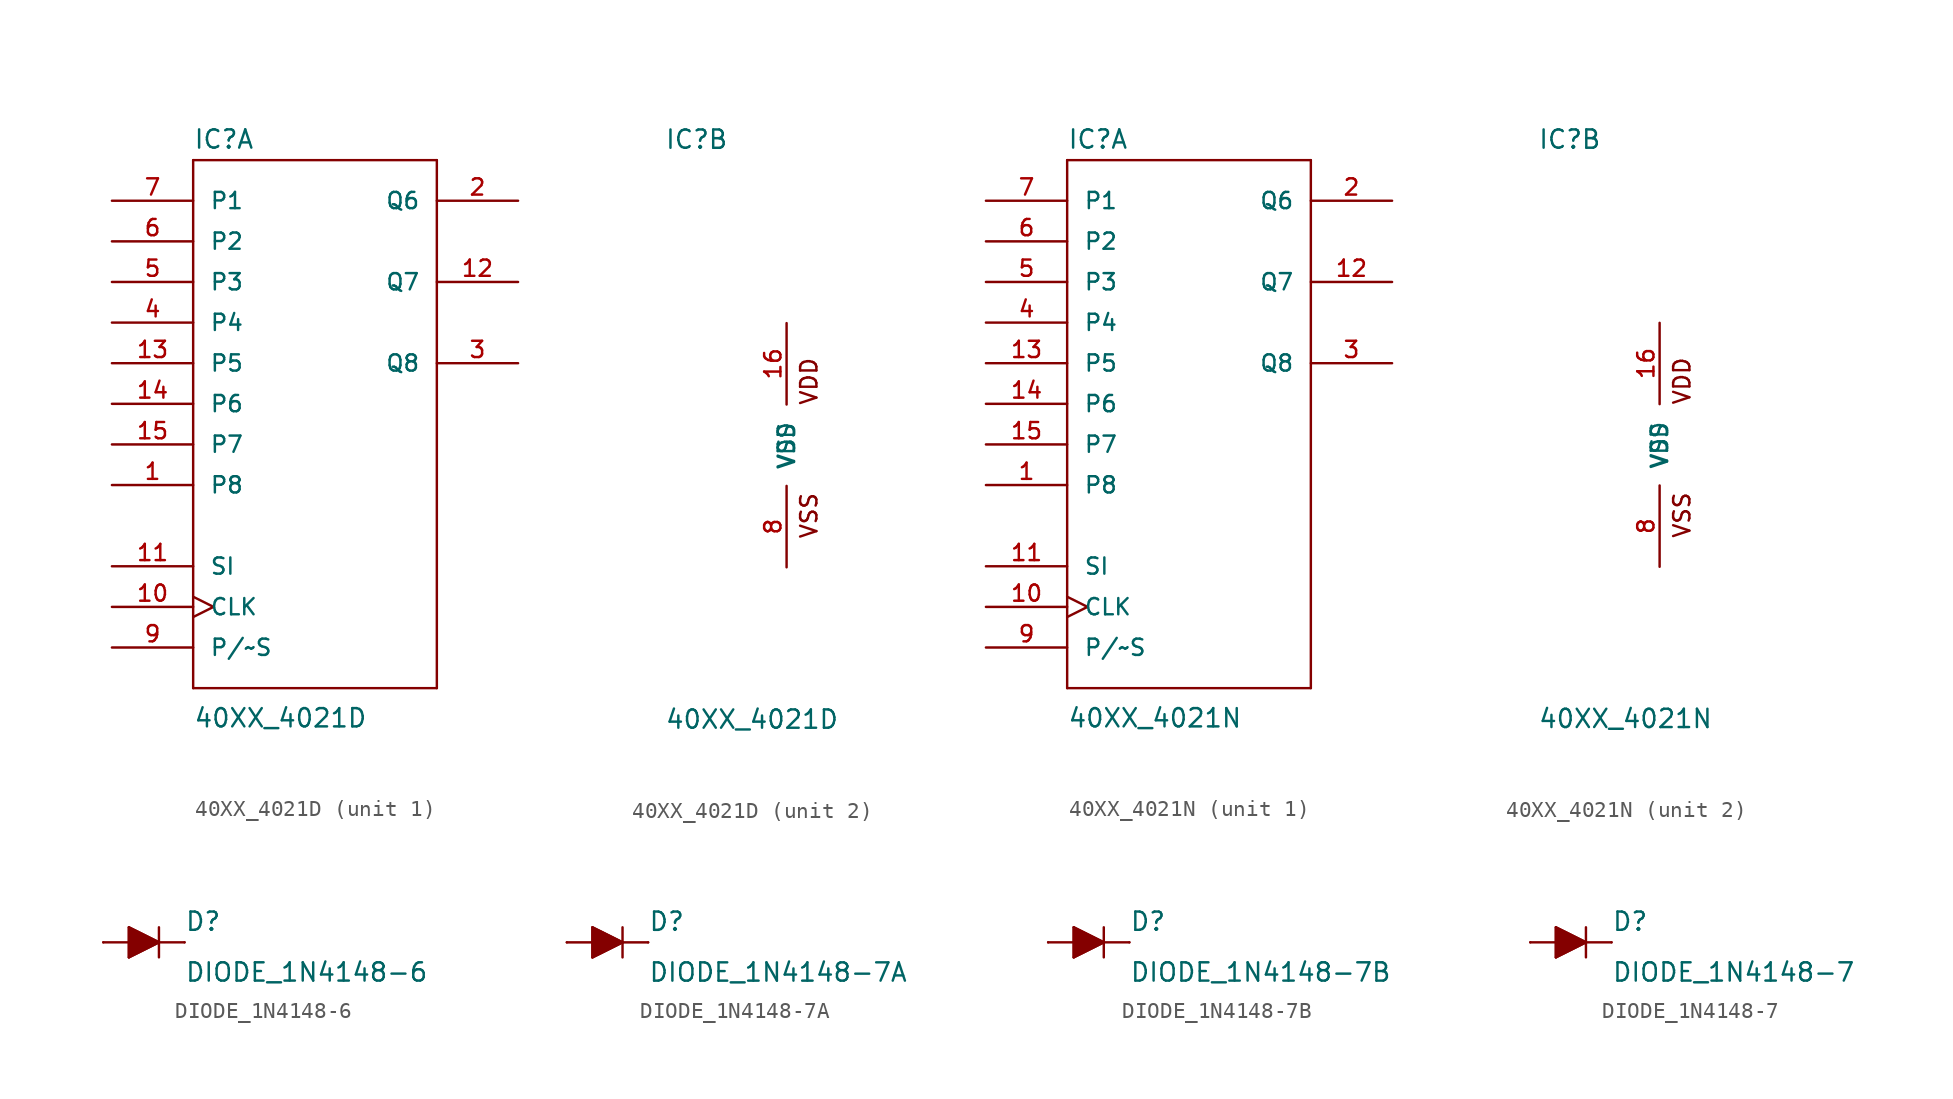
<source format=kicad_sym>
(kicad_symbol_lib
  (version 20210619)
  (generator kicad_symbol_editor)
  (symbol "40XX_4021D"
    (pin_names
      (offset 1.016))
    (property "Reference" "IC"
      (at -7.62 18.415 0)
      (effects (font (size 1.143 1.143)) (justify left bottom)))
    (property "Value" "40XX_4021D"
      (at -7.62 -17.78 0)
      (effects (font (size 1.143 1.143)) (justify left bottom)))
    (property "ki_locked" ""
      (at 0 0 0)
      (effects (font (size 1.27 1.27))))
    (symbol "40XX_4021D_1_0"
      (polyline (pts (xy -7.62 -15.24) (xy 7.62 -15.24)) (stroke (width 0)) (fill (type none)))
      (polyline (pts (xy -7.62 17.78) (xy -7.62 -15.24)) (stroke (width 0)) (fill (type none)))
      (polyline (pts (xy 7.62 -15.24) (xy 7.62 17.78)) (stroke (width 0)) (fill (type none)))
      (polyline (pts (xy 7.62 17.78) (xy -7.62 17.78)) (stroke (width 0)) (fill (type none))))
    (symbol "40XX_4021D_1_1"
      (pin input line (at -12.7 -2.54 0) (length 5.08) (name "P8" (effects (font (size 1.016 1.016)))) (number "1" (effects (font (size 1.016 1.016)))))
      (pin input clock (at -12.7 -10.16 0) (length 5.08) (name "CLK" (effects (font (size 1.016 1.016)))) (number "10" (effects (font (size 1.016 1.016)))))
      (pin input line (at -12.7 -7.62 0) (length 5.08) (name "SI" (effects (font (size 1.016 1.016)))) (number "11" (effects (font (size 1.016 1.016)))))
      (pin output line (at 12.7 10.16 180) (length 5.08) (name "Q7" (effects (font (size 1.016 1.016)))) (number "12" (effects (font (size 1.016 1.016)))))
      (pin input line (at -12.7 5.08 0) (length 5.08) (name "P5" (effects (font (size 1.016 1.016)))) (number "13" (effects (font (size 1.016 1.016)))))
      (pin input line (at -12.7 2.54 0) (length 5.08) (name "P6" (effects (font (size 1.016 1.016)))) (number "14" (effects (font (size 1.016 1.016)))))
      (pin input line (at -12.7 0 0) (length 5.08) (name "P7" (effects (font (size 1.016 1.016)))) (number "15" (effects (font (size 1.016 1.016)))))
      (pin output line (at 12.7 15.24 180) (length 5.08) (name "Q6" (effects (font (size 1.016 1.016)))) (number "2" (effects (font (size 1.016 1.016)))))
      (pin output line (at 12.7 5.08 180) (length 5.08) (name "Q8" (effects (font (size 1.016 1.016)))) (number "3" (effects (font (size 1.016 1.016)))))
      (pin input line (at -12.7 7.62 0) (length 5.08) (name "P4" (effects (font (size 1.016 1.016)))) (number "4" (effects (font (size 1.016 1.016)))))
      (pin input line (at -12.7 10.16 0) (length 5.08) (name "P3" (effects (font (size 1.016 1.016)))) (number "5" (effects (font (size 1.016 1.016)))))
      (pin input line (at -12.7 12.7 0) (length 5.08) (name "P2" (effects (font (size 1.016 1.016)))) (number "6" (effects (font (size 1.016 1.016)))))
      (pin input line (at -12.7 15.24 0) (length 5.08) (name "P1" (effects (font (size 1.016 1.016)))) (number "7" (effects (font (size 1.016 1.016)))))
      (pin input line (at -12.7 -12.7 0) (length 5.08) (name "P/~S" (effects (font (size 1.016 1.016)))) (number "9" (effects (font (size 1.016 1.016))))))
    (symbol "40XX_4021D_2_0"
      (text "VDD" (at 1.397 3.988 900) (effects (font (size 1.016 1.016))))
      (text "VSS" (at 1.397 -4.394 900) (effects (font (size 1.016 1.016)))))
    (symbol "40XX_4021D_2_1"
      (pin power_in line (at 0 7.62 270) (length 5.08) (name "VDD" (effects (font (size 1.016 1.016)))) (number "16" (effects (font (size 1.016 1.016)))))
      (pin power_in line (at 0 -7.62 90) (length 5.08) (name "VSS" (effects (font (size 1.016 1.016)))) (number "8" (effects (font (size 1.016 1.016)))))))
  (symbol "40XX_4021N"
    (pin_names
      (offset 1.016))
    (property "Reference" "IC"
      (at -7.62 18.415 0)
      (effects (font (size 1.143 1.143)) (justify left bottom)))
    (property "Value" "40XX_4021N"
      (at -7.62 -17.78 0)
      (effects (font (size 1.143 1.143)) (justify left bottom)))
    (property "ki_locked" ""
      (at 0 0 0)
      (effects (font (size 1.27 1.27))))
    (symbol "40XX_4021N_1_0"
      (polyline (pts (xy -7.62 -15.24) (xy 7.62 -15.24)) (stroke (width 0)) (fill (type none)))
      (polyline (pts (xy -7.62 17.78) (xy -7.62 -15.24)) (stroke (width 0)) (fill (type none)))
      (polyline (pts (xy 7.62 -15.24) (xy 7.62 17.78)) (stroke (width 0)) (fill (type none)))
      (polyline (pts (xy 7.62 17.78) (xy -7.62 17.78)) (stroke (width 0)) (fill (type none))))
    (symbol "40XX_4021N_1_1"
      (pin input line (at -12.7 -2.54 0) (length 5.08) (name "P8" (effects (font (size 1.016 1.016)))) (number "1" (effects (font (size 1.016 1.016)))))
      (pin input clock (at -12.7 -10.16 0) (length 5.08) (name "CLK" (effects (font (size 1.016 1.016)))) (number "10" (effects (font (size 1.016 1.016)))))
      (pin input line (at -12.7 -7.62 0) (length 5.08) (name "SI" (effects (font (size 1.016 1.016)))) (number "11" (effects (font (size 1.016 1.016)))))
      (pin output line (at 12.7 10.16 180) (length 5.08) (name "Q7" (effects (font (size 1.016 1.016)))) (number "12" (effects (font (size 1.016 1.016)))))
      (pin input line (at -12.7 5.08 0) (length 5.08) (name "P5" (effects (font (size 1.016 1.016)))) (number "13" (effects (font (size 1.016 1.016)))))
      (pin input line (at -12.7 2.54 0) (length 5.08) (name "P6" (effects (font (size 1.016 1.016)))) (number "14" (effects (font (size 1.016 1.016)))))
      (pin input line (at -12.7 0 0) (length 5.08) (name "P7" (effects (font (size 1.016 1.016)))) (number "15" (effects (font (size 1.016 1.016)))))
      (pin output line (at 12.7 15.24 180) (length 5.08) (name "Q6" (effects (font (size 1.016 1.016)))) (number "2" (effects (font (size 1.016 1.016)))))
      (pin output line (at 12.7 5.08 180) (length 5.08) (name "Q8" (effects (font (size 1.016 1.016)))) (number "3" (effects (font (size 1.016 1.016)))))
      (pin input line (at -12.7 7.62 0) (length 5.08) (name "P4" (effects (font (size 1.016 1.016)))) (number "4" (effects (font (size 1.016 1.016)))))
      (pin input line (at -12.7 10.16 0) (length 5.08) (name "P3" (effects (font (size 1.016 1.016)))) (number "5" (effects (font (size 1.016 1.016)))))
      (pin input line (at -12.7 12.7 0) (length 5.08) (name "P2" (effects (font (size 1.016 1.016)))) (number "6" (effects (font (size 1.016 1.016)))))
      (pin input line (at -12.7 15.24 0) (length 5.08) (name "P1" (effects (font (size 1.016 1.016)))) (number "7" (effects (font (size 1.016 1.016)))))
      (pin input line (at -12.7 -12.7 0) (length 5.08) (name "P/~S" (effects (font (size 1.016 1.016)))) (number "9" (effects (font (size 1.016 1.016))))))
    (symbol "40XX_4021N_2_0"
      (text "VDD" (at 1.397 3.988 900) (effects (font (size 1.016 1.016))))
      (text "VSS" (at 1.397 -4.394 900) (effects (font (size 1.016 1.016)))))
    (symbol "40XX_4021N_2_1"
      (pin power_in line (at 0 7.62 270) (length 5.08) (name "VDD" (effects (font (size 1.016 1.016)))) (number "16" (effects (font (size 1.016 1.016)))))
      (pin power_in line (at 0 -7.62 90) (length 5.08) (name "VSS" (effects (font (size 1.016 1.016)))) (number "8" (effects (font (size 1.016 1.016)))))))
  (symbol "DIODE_1N4148-6"
    (pin_numbers hide)
    (pin_names
      (offset 1.016) hide)
    (property "Reference" "D"
      (at 2.54 0.635 0)
      (effects (font (size 1.143 1.143)) (justify left bottom)))
    (property "Value" "DIODE_1N4148-6"
      (at 2.54 -2.54 0)
      (effects (font (size 1.143 1.143)) (justify left bottom)))
    (property "ki_locked" ""
      (at 0 0 0)
      (effects (font (size 1.27 1.27))))
    (symbol "DIODE_1N4148-6_1_0"
      (polyline (pts (xy -0.94 -0.94) (xy 0.94 0)) (stroke (width 0)) (fill (type none)))
      (polyline (pts (xy -0.94 0) (xy -2.54 0)) (stroke (width 0)) (fill (type none)))
      (polyline (pts (xy -0.94 0) (xy -0.94 -0.94)) (stroke (width 0)) (fill (type none)))
      (polyline (pts (xy -0.94 0.94) (xy -0.94 0)) (stroke (width 0)) (fill (type none)))
      (polyline (pts (xy 0.94 0) (xy -0.94 0.94)) (stroke (width 0)) (fill (type none)))
      (polyline (pts (xy 0.94 0) (xy 0.94 -0.94)) (stroke (width 0)) (fill (type none)))
      (polyline (pts (xy 0.94 0) (xy 2.54 0)) (stroke (width 0)) (fill (type none)))
      (polyline (pts (xy 0.94 0.94) (xy 0.94 0)) (stroke (width 0)) (fill (type none))))
    (symbol "DIODE_1N4148-6_1_1"
      (polyline (pts (xy -0.94 0.94) (xy 0.94 0) (xy 0.94 0) (xy -0.94 -0.94) (xy -0.94 -0.94) (xy -0.94 0.94)) (stroke (width 0)) (fill (type outline)))
      (pin passive line (at -2.54 0 0) (length 0) (name "A" (effects (font (size 1.016 1.016)))) (number "A" (effects (font (size 1.016 1.016)))))
      (pin passive line (at 2.54 0 180) (length 0) (name "C" (effects (font (size 1.016 1.016)))) (number "C" (effects (font (size 1.016 1.016)))))))
  (symbol "DIODE_1N4148-7A"
    (pin_numbers hide)
    (pin_names
      (offset 1.016) hide)
    (property "Reference" "D"
      (at 2.54 0.635 0)
      (effects (font (size 1.143 1.143)) (justify left bottom)))
    (property "Value" "DIODE_1N4148-7A"
      (at 2.54 -2.54 0)
      (effects (font (size 1.143 1.143)) (justify left bottom)))
    (property "ki_locked" ""
      (at 0 0 0)
      (effects (font (size 1.27 1.27))))
    (symbol "DIODE_1N4148-7A_1_0"
      (polyline (pts (xy -0.94 -0.94) (xy 0.94 0)) (stroke (width 0)) (fill (type none)))
      (polyline (pts (xy -0.94 0) (xy -2.54 0)) (stroke (width 0)) (fill (type none)))
      (polyline (pts (xy -0.94 0) (xy -0.94 -0.94)) (stroke (width 0)) (fill (type none)))
      (polyline (pts (xy -0.94 0.94) (xy -0.94 0)) (stroke (width 0)) (fill (type none)))
      (polyline (pts (xy 0.94 0) (xy -0.94 0.94)) (stroke (width 0)) (fill (type none)))
      (polyline (pts (xy 0.94 0) (xy 0.94 -0.94)) (stroke (width 0)) (fill (type none)))
      (polyline (pts (xy 0.94 0) (xy 2.54 0)) (stroke (width 0)) (fill (type none)))
      (polyline (pts (xy 0.94 0.94) (xy 0.94 0)) (stroke (width 0)) (fill (type none))))
    (symbol "DIODE_1N4148-7A_1_1"
      (polyline (pts (xy -0.94 0.94) (xy 0.94 0) (xy 0.94 0) (xy -0.94 -0.94) (xy -0.94 -0.94) (xy -0.94 0.94)) (stroke (width 0)) (fill (type outline)))
      (pin passive line (at -2.54 0 0) (length 0) (name "A" (effects (font (size 1.016 1.016)))) (number "A" (effects (font (size 1.016 1.016)))))
      (pin passive line (at 2.54 0 180) (length 0) (name "C" (effects (font (size 1.016 1.016)))) (number "C" (effects (font (size 1.016 1.016)))))))
  (symbol "DIODE_1N4148-7B"
    (pin_numbers hide)
    (pin_names
      (offset 1.016) hide)
    (property "Reference" "D"
      (at 2.54 0.635 0)
      (effects (font (size 1.143 1.143)) (justify left bottom)))
    (property "Value" "DIODE_1N4148-7B"
      (at 2.54 -2.54 0)
      (effects (font (size 1.143 1.143)) (justify left bottom)))
    (property "ki_locked" ""
      (at 0 0 0)
      (effects (font (size 1.27 1.27))))
    (symbol "DIODE_1N4148-7B_1_0"
      (polyline (pts (xy -0.94 -0.94) (xy 0.94 0)) (stroke (width 0)) (fill (type none)))
      (polyline (pts (xy -0.94 0) (xy -2.54 0)) (stroke (width 0)) (fill (type none)))
      (polyline (pts (xy -0.94 0) (xy -0.94 -0.94)) (stroke (width 0)) (fill (type none)))
      (polyline (pts (xy -0.94 0.94) (xy -0.94 0)) (stroke (width 0)) (fill (type none)))
      (polyline (pts (xy 0.94 0) (xy -0.94 0.94)) (stroke (width 0)) (fill (type none)))
      (polyline (pts (xy 0.94 0) (xy 0.94 -0.94)) (stroke (width 0)) (fill (type none)))
      (polyline (pts (xy 0.94 0) (xy 2.54 0)) (stroke (width 0)) (fill (type none)))
      (polyline (pts (xy 0.94 0.94) (xy 0.94 0)) (stroke (width 0)) (fill (type none))))
    (symbol "DIODE_1N4148-7B_1_1"
      (polyline (pts (xy -0.94 0.94) (xy 0.94 0) (xy 0.94 0) (xy -0.94 -0.94) (xy -0.94 -0.94) (xy -0.94 0.94)) (stroke (width 0)) (fill (type outline)))
      (pin passive line (at -2.54 0 0) (length 0) (name "A" (effects (font (size 1.016 1.016)))) (number "A" (effects (font (size 1.016 1.016)))))
      (pin passive line (at 2.54 0 180) (length 0) (name "C" (effects (font (size 1.016 1.016)))) (number "C" (effects (font (size 1.016 1.016)))))))
  (symbol "DIODE_1N4148-7"
    (pin_numbers hide)
    (pin_names
      (offset 1.016) hide)
    (property "Reference" "D"
      (at 2.54 0.635 0)
      (effects (font (size 1.143 1.143)) (justify left bottom)))
    (property "Value" "DIODE_1N4148-7"
      (at 2.54 -2.54 0)
      (effects (font (size 1.143 1.143)) (justify left bottom)))
    (property "ki_locked" ""
      (at 0 0 0)
      (effects (font (size 1.27 1.27))))
    (symbol "DIODE_1N4148-7_1_0"
      (polyline (pts (xy -0.94 -0.94) (xy 0.94 0)) (stroke (width 0)) (fill (type none)))
      (polyline (pts (xy -0.94 0) (xy -2.54 0)) (stroke (width 0)) (fill (type none)))
      (polyline (pts (xy -0.94 0) (xy -0.94 -0.94)) (stroke (width 0)) (fill (type none)))
      (polyline (pts (xy -0.94 0.94) (xy -0.94 0)) (stroke (width 0)) (fill (type none)))
      (polyline (pts (xy 0.94 0) (xy -0.94 0.94)) (stroke (width 0)) (fill (type none)))
      (polyline (pts (xy 0.94 0) (xy 0.94 -0.94)) (stroke (width 0)) (fill (type none)))
      (polyline (pts (xy 0.94 0) (xy 2.54 0)) (stroke (width 0)) (fill (type none)))
      (polyline (pts (xy 0.94 0.94) (xy 0.94 0)) (stroke (width 0)) (fill (type none))))
    (symbol "DIODE_1N4148-7_1_1"
      (polyline (pts (xy -0.94 0.94) (xy 0.94 0) (xy 0.94 0) (xy -0.94 -0.94) (xy -0.94 -0.94) (xy -0.94 0.94)) (stroke (width 0)) (fill (type outline)))
      (pin passive line (at -2.54 0 0) (length 0) (name "A" (effects (font (size 1.016 1.016)))) (number "A" (effects (font (size 1.016 1.016)))))
      (pin passive line (at 2.54 0 180) (length 0) (name "C" (effects (font (size 1.016 1.016)))) (number "C" (effects (font (size 1.016 1.016))))))))
</source>
